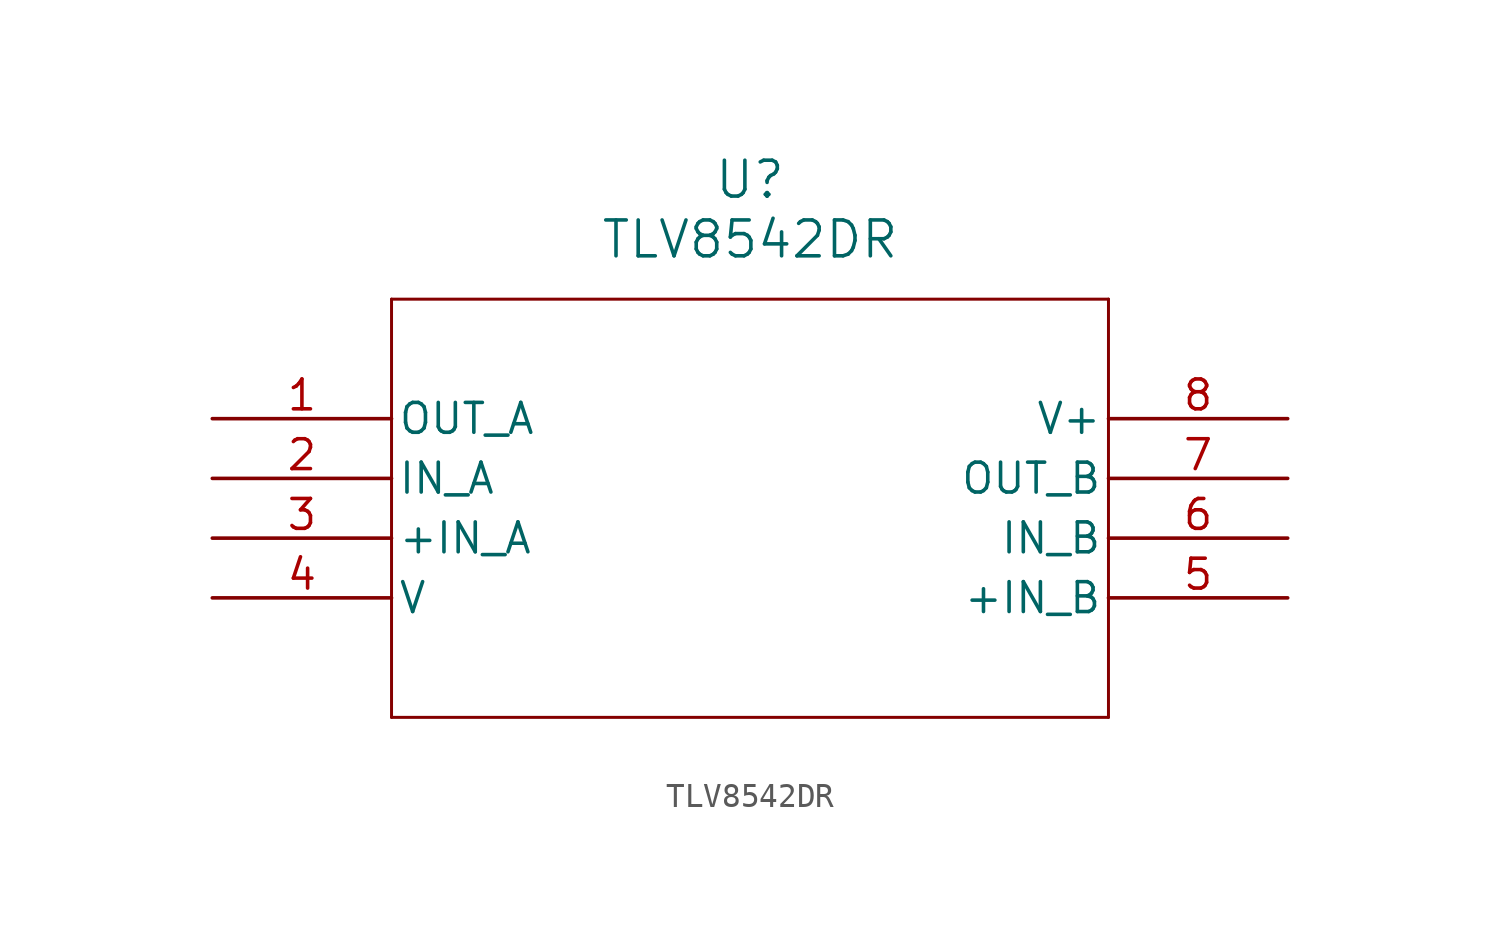
<source format=kicad_sym>
(kicad_symbol_lib
  (version 20211014)
  (generator kicad_symbol_editor)
  (symbol "TLV8542DR"
    (pin_names
      (offset 0.254))
    (property "Reference" "U"
      (at 22.86 10.16 0)
      (effects (font (size 1.524 1.524))))
    (property "Value" "TLV8542DR"
      (at 22.86 7.62 0)
      (effects (font (size 1.524 1.524))))
    (symbol "TLV8542DR_0_1"
      (polyline (pts (xy 7.62 5.08) (xy 7.62 -12.7)) (stroke (width 0.127) (type default) (color 0 0 0 0)) (fill (type none)))
      (polyline (pts (xy 7.62 -12.7) (xy 38.1 -12.7)) (stroke (width 0.127) (type default) (color 0 0 0 0)) (fill (type none)))
      (polyline (pts (xy 38.1 -12.7) (xy 38.1 5.08)) (stroke (width 0.127) (type default) (color 0 0 0 0)) (fill (type none)))
      (polyline (pts (xy 38.1 5.08) (xy 7.62 5.08)) (stroke (width 0.127) (type default) (color 0 0 0 0)) (fill (type none)))
      (pin output line (at 0 0 0) (length 7.62) (name "OUT A" (effects (font (size 1.27 1.27)))) (number "1" (effects (font (size 1.27 1.27)))))
      (pin unspecified line (at 0 -2.54 0) (length 7.62) (name "IN A" (effects (font (size 1.27 1.27)))) (number "2" (effects (font (size 1.27 1.27)))))
      (pin input line (at 0 -5.08 0) (length 7.62) (name "+IN A" (effects (font (size 1.27 1.27)))) (number "3" (effects (font (size 1.27 1.27)))))
      (pin unspecified line (at 0 -7.62 0) (length 7.62) (name "V" (effects (font (size 1.27 1.27)))) (number "4" (effects (font (size 1.27 1.27)))))
      (pin input line (at 45.72 -7.62 180) (length 7.62) (name "+IN B" (effects (font (size 1.27 1.27)))) (number "5" (effects (font (size 1.27 1.27)))))
      (pin unspecified line (at 45.72 -5.08 180) (length 7.62) (name "IN B" (effects (font (size 1.27 1.27)))) (number "6" (effects (font (size 1.27 1.27)))))
      (pin output line (at 45.72 -2.54 180) (length 7.62) (name "OUT B" (effects (font (size 1.27 1.27)))) (number "7" (effects (font (size 1.27 1.27)))))
      (pin power_in line (at 45.72 0 180) (length 7.62) (name "V+" (effects (font (size 1.27 1.27)))) (number "8" (effects (font (size 1.27 1.27))))))))
</source>
